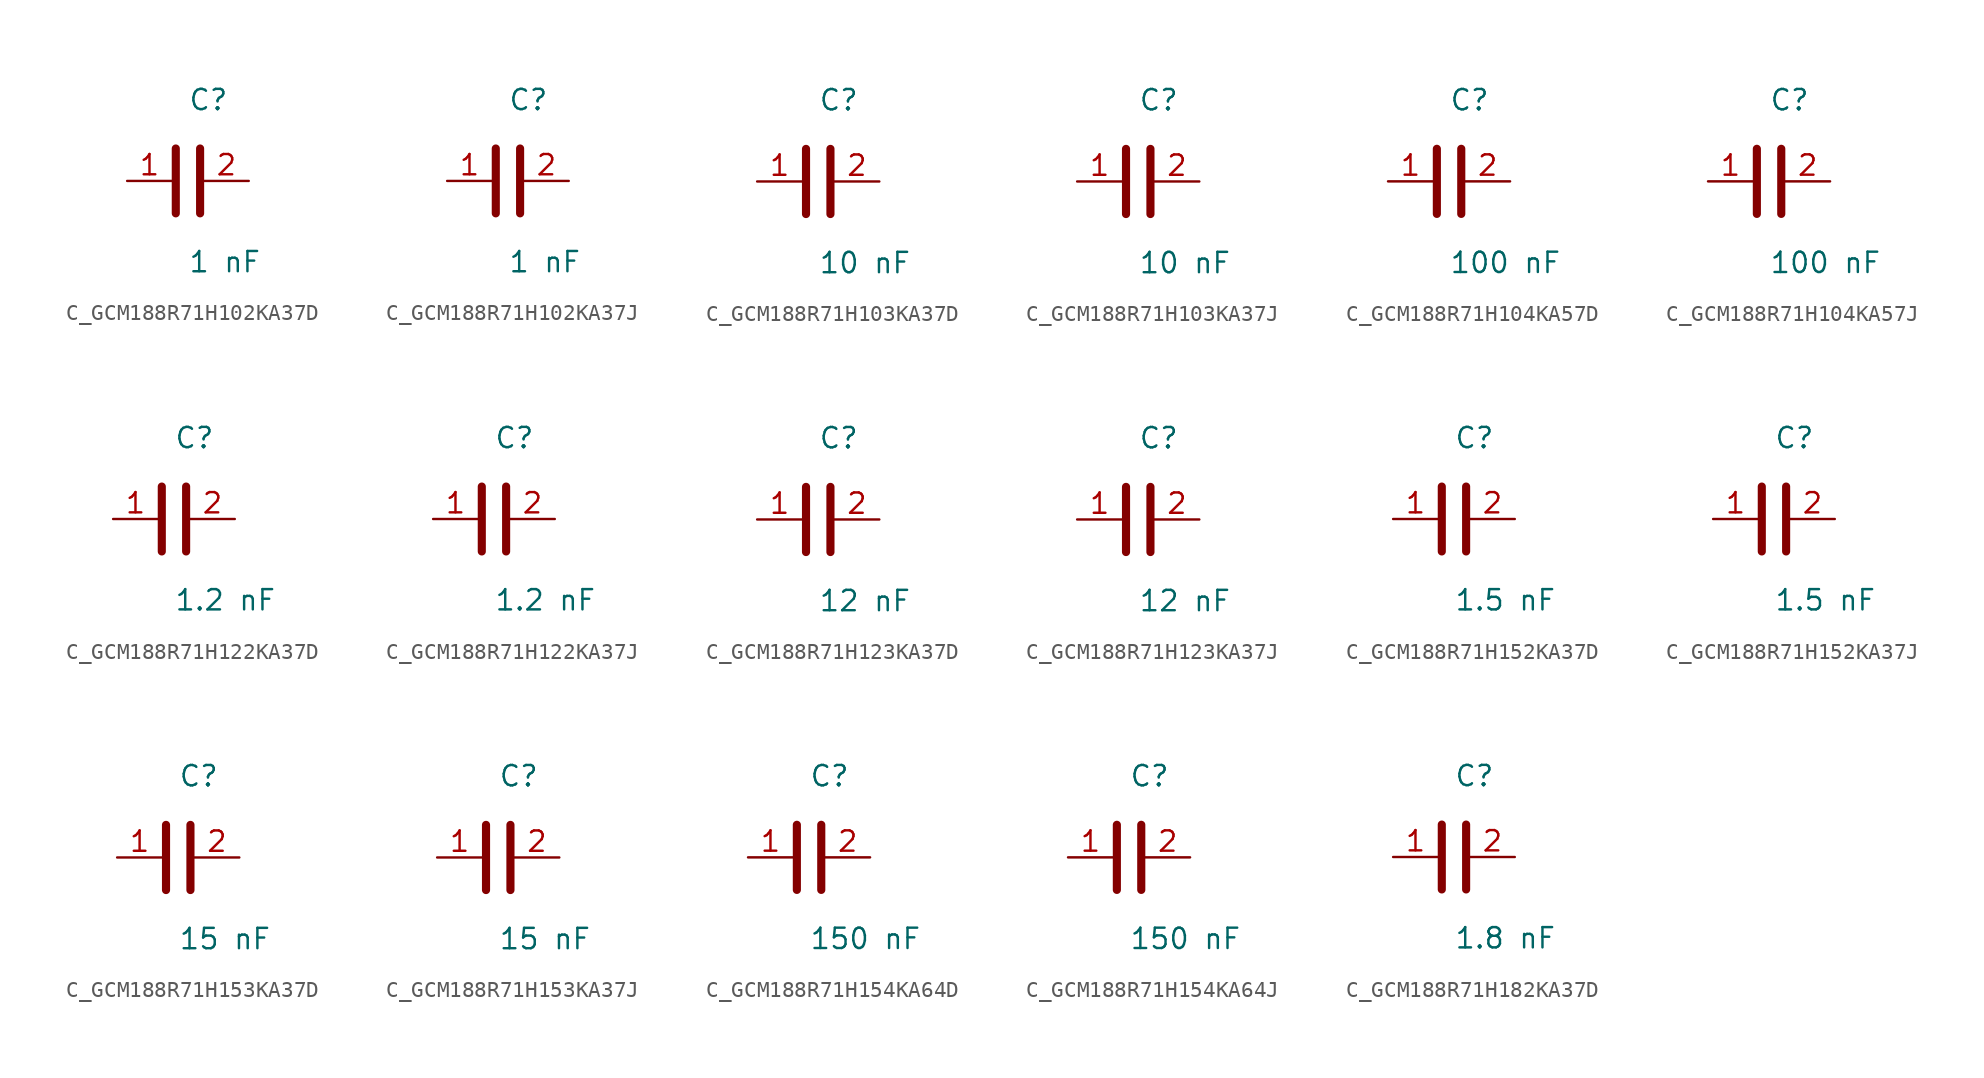
<source format=kicad_sym>
(kicad_symbol_lib
  (version 20231120)
  (generator kicad_symbol_editor)
  (generator_version 8.0)
  (symbol "C_GCM188R71H102KA37D"
    (pin_names
      (offset 0.254))
    (property "Value" "1 nF"
      (at 0 -5.08 0)
      (effects (font (size 1.27 1.27)) (justify left)))
    (property "Reference" "C"
      (at 0 5.08 0)
      (effects (font (size 1.27 1.27)) (justify left)))
    (symbol "C_GCM188R71H102KA37D_0_1"
      (polyline (pts (xy -0.762 -2.032) (xy -0.762 2.032)) (stroke (width 0.508) (type default)) (fill (type none)))
      (polyline (pts (xy 0.762 -2.032) (xy 0.762 2.032)) (stroke (width 0.508) (type default)) (fill (type none))))
    (pin unspecified line
      (at -3.81 0 0)
      (length 2.8)
      (name "" (effects (font (size 1.27 1.27))))
      (number "1" (effects (font (size 1.27 1.27)))))
    (pin unspecified line
      (at 3.81 0 180)
      (length 2.8)
      (name "" (effects (font (size 1.27 1.27))))
      (number "2" (effects (font (size 1.27 1.27))))))
  (symbol "C_GCM188R71H102KA37J"
    (pin_names
      (offset 0.254))
    (property "Value" "1 nF"
      (at 0 -5.08 0)
      (effects (font (size 1.27 1.27)) (justify left)))
    (property "Reference" "C"
      (at 0 5.08 0)
      (effects (font (size 1.27 1.27)) (justify left)))
    (symbol "C_GCM188R71H102KA37J_0_1"
      (polyline (pts (xy -0.762 -2.032) (xy -0.762 2.032)) (stroke (width 0.508) (type default)) (fill (type none)))
      (polyline (pts (xy 0.762 -2.032) (xy 0.762 2.032)) (stroke (width 0.508) (type default)) (fill (type none))))
    (pin unspecified line
      (at -3.81 0 0)
      (length 2.8)
      (name "" (effects (font (size 1.27 1.27))))
      (number "1" (effects (font (size 1.27 1.27)))))
    (pin unspecified line
      (at 3.81 0 180)
      (length 2.8)
      (name "" (effects (font (size 1.27 1.27))))
      (number "2" (effects (font (size 1.27 1.27))))))
  (symbol "C_GCM188R71H103KA37D"
    (pin_names
      (offset 0.254))
    (property "Value" "10 nF"
      (at 0 -5.08 0)
      (effects (font (size 1.27 1.27)) (justify left)))
    (property "Reference" "C"
      (at 0 5.08 0)
      (effects (font (size 1.27 1.27)) (justify left)))
    (symbol "C_GCM188R71H103KA37D_0_1"
      (polyline (pts (xy -0.762 -2.032) (xy -0.762 2.032)) (stroke (width 0.508) (type default)) (fill (type none)))
      (polyline (pts (xy 0.762 -2.032) (xy 0.762 2.032)) (stroke (width 0.508) (type default)) (fill (type none))))
    (pin unspecified line
      (at -3.81 0 0)
      (length 2.8)
      (name "" (effects (font (size 1.27 1.27))))
      (number "1" (effects (font (size 1.27 1.27)))))
    (pin unspecified line
      (at 3.81 0 180)
      (length 2.8)
      (name "" (effects (font (size 1.27 1.27))))
      (number "2" (effects (font (size 1.27 1.27))))))
  (symbol "C_GCM188R71H103KA37J"
    (pin_names
      (offset 0.254))
    (property "Value" "10 nF"
      (at 0 -5.08 0)
      (effects (font (size 1.27 1.27)) (justify left)))
    (property "Reference" "C"
      (at 0 5.08 0)
      (effects (font (size 1.27 1.27)) (justify left)))
    (symbol "C_GCM188R71H103KA37J_0_1"
      (polyline (pts (xy -0.762 -2.032) (xy -0.762 2.032)) (stroke (width 0.508) (type default)) (fill (type none)))
      (polyline (pts (xy 0.762 -2.032) (xy 0.762 2.032)) (stroke (width 0.508) (type default)) (fill (type none))))
    (pin unspecified line
      (at -3.81 0 0)
      (length 2.8)
      (name "" (effects (font (size 1.27 1.27))))
      (number "1" (effects (font (size 1.27 1.27)))))
    (pin unspecified line
      (at 3.81 0 180)
      (length 2.8)
      (name "" (effects (font (size 1.27 1.27))))
      (number "2" (effects (font (size 1.27 1.27))))))
  (symbol "C_GCM188R71H104KA57D"
    (pin_names
      (offset 0.254))
    (property "Value" "100 nF"
      (at 0 -5.08 0)
      (effects (font (size 1.27 1.27)) (justify left)))
    (property "Reference" "C"
      (at 0 5.08 0)
      (effects (font (size 1.27 1.27)) (justify left)))
    (symbol "C_GCM188R71H104KA57D_0_1"
      (polyline (pts (xy -0.762 -2.032) (xy -0.762 2.032)) (stroke (width 0.508) (type default)) (fill (type none)))
      (polyline (pts (xy 0.762 -2.032) (xy 0.762 2.032)) (stroke (width 0.508) (type default)) (fill (type none))))
    (pin unspecified line
      (at -3.81 0 0)
      (length 2.8)
      (name "" (effects (font (size 1.27 1.27))))
      (number "1" (effects (font (size 1.27 1.27)))))
    (pin unspecified line
      (at 3.81 0 180)
      (length 2.8)
      (name "" (effects (font (size 1.27 1.27))))
      (number "2" (effects (font (size 1.27 1.27))))))
  (symbol "C_GCM188R71H104KA57J"
    (pin_names
      (offset 0.254))
    (property "Value" "100 nF"
      (at 0 -5.08 0)
      (effects (font (size 1.27 1.27)) (justify left)))
    (property "Reference" "C"
      (at 0 5.08 0)
      (effects (font (size 1.27 1.27)) (justify left)))
    (symbol "C_GCM188R71H104KA57J_0_1"
      (polyline (pts (xy -0.762 -2.032) (xy -0.762 2.032)) (stroke (width 0.508) (type default)) (fill (type none)))
      (polyline (pts (xy 0.762 -2.032) (xy 0.762 2.032)) (stroke (width 0.508) (type default)) (fill (type none))))
    (pin unspecified line
      (at -3.81 0 0)
      (length 2.8)
      (name "" (effects (font (size 1.27 1.27))))
      (number "1" (effects (font (size 1.27 1.27)))))
    (pin unspecified line
      (at 3.81 0 180)
      (length 2.8)
      (name "" (effects (font (size 1.27 1.27))))
      (number "2" (effects (font (size 1.27 1.27))))))
  (symbol "C_GCM188R71H122KA37D"
    (pin_names
      (offset 0.254))
    (property "Value" "1.2 nF"
      (at 0 -5.08 0)
      (effects (font (size 1.27 1.27)) (justify left)))
    (property "Reference" "C"
      (at 0 5.08 0)
      (effects (font (size 1.27 1.27)) (justify left)))
    (symbol "C_GCM188R71H122KA37D_0_1"
      (polyline (pts (xy -0.762 -2.032) (xy -0.762 2.032)) (stroke (width 0.508) (type default)) (fill (type none)))
      (polyline (pts (xy 0.762 -2.032) (xy 0.762 2.032)) (stroke (width 0.508) (type default)) (fill (type none))))
    (pin unspecified line
      (at -3.81 0 0)
      (length 2.8)
      (name "" (effects (font (size 1.27 1.27))))
      (number "1" (effects (font (size 1.27 1.27)))))
    (pin unspecified line
      (at 3.81 0 180)
      (length 2.8)
      (name "" (effects (font (size 1.27 1.27))))
      (number "2" (effects (font (size 1.27 1.27))))))
  (symbol "C_GCM188R71H122KA37J"
    (pin_names
      (offset 0.254))
    (property "Value" "1.2 nF"
      (at 0 -5.08 0)
      (effects (font (size 1.27 1.27)) (justify left)))
    (property "Reference" "C"
      (at 0 5.08 0)
      (effects (font (size 1.27 1.27)) (justify left)))
    (symbol "C_GCM188R71H122KA37J_0_1"
      (polyline (pts (xy -0.762 -2.032) (xy -0.762 2.032)) (stroke (width 0.508) (type default)) (fill (type none)))
      (polyline (pts (xy 0.762 -2.032) (xy 0.762 2.032)) (stroke (width 0.508) (type default)) (fill (type none))))
    (pin unspecified line
      (at -3.81 0 0)
      (length 2.8)
      (name "" (effects (font (size 1.27 1.27))))
      (number "1" (effects (font (size 1.27 1.27)))))
    (pin unspecified line
      (at 3.81 0 180)
      (length 2.8)
      (name "" (effects (font (size 1.27 1.27))))
      (number "2" (effects (font (size 1.27 1.27))))))
  (symbol "C_GCM188R71H123KA37D"
    (pin_names
      (offset 0.254))
    (property "Value" "12 nF"
      (at 0 -5.08 0)
      (effects (font (size 1.27 1.27)) (justify left)))
    (property "Reference" "C"
      (at 0 5.08 0)
      (effects (font (size 1.27 1.27)) (justify left)))
    (symbol "C_GCM188R71H123KA37D_0_1"
      (polyline (pts (xy -0.762 -2.032) (xy -0.762 2.032)) (stroke (width 0.508) (type default)) (fill (type none)))
      (polyline (pts (xy 0.762 -2.032) (xy 0.762 2.032)) (stroke (width 0.508) (type default)) (fill (type none))))
    (pin unspecified line
      (at -3.81 0 0)
      (length 2.8)
      (name "" (effects (font (size 1.27 1.27))))
      (number "1" (effects (font (size 1.27 1.27)))))
    (pin unspecified line
      (at 3.81 0 180)
      (length 2.8)
      (name "" (effects (font (size 1.27 1.27))))
      (number "2" (effects (font (size 1.27 1.27))))))
  (symbol "C_GCM188R71H123KA37J"
    (pin_names
      (offset 0.254))
    (property "Value" "12 nF"
      (at 0 -5.08 0)
      (effects (font (size 1.27 1.27)) (justify left)))
    (property "Reference" "C"
      (at 0 5.08 0)
      (effects (font (size 1.27 1.27)) (justify left)))
    (symbol "C_GCM188R71H123KA37J_0_1"
      (polyline (pts (xy -0.762 -2.032) (xy -0.762 2.032)) (stroke (width 0.508) (type default)) (fill (type none)))
      (polyline (pts (xy 0.762 -2.032) (xy 0.762 2.032)) (stroke (width 0.508) (type default)) (fill (type none))))
    (pin unspecified line
      (at -3.81 0 0)
      (length 2.8)
      (name "" (effects (font (size 1.27 1.27))))
      (number "1" (effects (font (size 1.27 1.27)))))
    (pin unspecified line
      (at 3.81 0 180)
      (length 2.8)
      (name "" (effects (font (size 1.27 1.27))))
      (number "2" (effects (font (size 1.27 1.27))))))
  (symbol "C_GCM188R71H152KA37D"
    (pin_names
      (offset 0.254))
    (property "Value" "1.5 nF"
      (at 0 -5.08 0)
      (effects (font (size 1.27 1.27)) (justify left)))
    (property "Reference" "C"
      (at 0 5.08 0)
      (effects (font (size 1.27 1.27)) (justify left)))
    (symbol "C_GCM188R71H152KA37D_0_1"
      (polyline (pts (xy -0.762 -2.032) (xy -0.762 2.032)) (stroke (width 0.508) (type default)) (fill (type none)))
      (polyline (pts (xy 0.762 -2.032) (xy 0.762 2.032)) (stroke (width 0.508) (type default)) (fill (type none))))
    (pin unspecified line
      (at -3.81 0 0)
      (length 2.8)
      (name "" (effects (font (size 1.27 1.27))))
      (number "1" (effects (font (size 1.27 1.27)))))
    (pin unspecified line
      (at 3.81 0 180)
      (length 2.8)
      (name "" (effects (font (size 1.27 1.27))))
      (number "2" (effects (font (size 1.27 1.27))))))
  (symbol "C_GCM188R71H152KA37J"
    (pin_names
      (offset 0.254))
    (property "Value" "1.5 nF"
      (at 0 -5.08 0)
      (effects (font (size 1.27 1.27)) (justify left)))
    (property "Reference" "C"
      (at 0 5.08 0)
      (effects (font (size 1.27 1.27)) (justify left)))
    (symbol "C_GCM188R71H152KA37J_0_1"
      (polyline (pts (xy -0.762 -2.032) (xy -0.762 2.032)) (stroke (width 0.508) (type default)) (fill (type none)))
      (polyline (pts (xy 0.762 -2.032) (xy 0.762 2.032)) (stroke (width 0.508) (type default)) (fill (type none))))
    (pin unspecified line
      (at -3.81 0 0)
      (length 2.8)
      (name "" (effects (font (size 1.27 1.27))))
      (number "1" (effects (font (size 1.27 1.27)))))
    (pin unspecified line
      (at 3.81 0 180)
      (length 2.8)
      (name "" (effects (font (size 1.27 1.27))))
      (number "2" (effects (font (size 1.27 1.27))))))
  (symbol "C_GCM188R71H153KA37D"
    (pin_names
      (offset 0.254))
    (property "Value" "15 nF"
      (at 0 -5.08 0)
      (effects (font (size 1.27 1.27)) (justify left)))
    (property "Reference" "C"
      (at 0 5.08 0)
      (effects (font (size 1.27 1.27)) (justify left)))
    (symbol "C_GCM188R71H153KA37D_0_1"
      (polyline (pts (xy -0.762 -2.032) (xy -0.762 2.032)) (stroke (width 0.508) (type default)) (fill (type none)))
      (polyline (pts (xy 0.762 -2.032) (xy 0.762 2.032)) (stroke (width 0.508) (type default)) (fill (type none))))
    (pin unspecified line
      (at -3.81 0 0)
      (length 2.8)
      (name "" (effects (font (size 1.27 1.27))))
      (number "1" (effects (font (size 1.27 1.27)))))
    (pin unspecified line
      (at 3.81 0 180)
      (length 2.8)
      (name "" (effects (font (size 1.27 1.27))))
      (number "2" (effects (font (size 1.27 1.27))))))
  (symbol "C_GCM188R71H153KA37J"
    (pin_names
      (offset 0.254))
    (property "Value" "15 nF"
      (at 0 -5.08 0)
      (effects (font (size 1.27 1.27)) (justify left)))
    (property "Reference" "C"
      (at 0 5.08 0)
      (effects (font (size 1.27 1.27)) (justify left)))
    (symbol "C_GCM188R71H153KA37J_0_1"
      (polyline (pts (xy -0.762 -2.032) (xy -0.762 2.032)) (stroke (width 0.508) (type default)) (fill (type none)))
      (polyline (pts (xy 0.762 -2.032) (xy 0.762 2.032)) (stroke (width 0.508) (type default)) (fill (type none))))
    (pin unspecified line
      (at -3.81 0 0)
      (length 2.8)
      (name "" (effects (font (size 1.27 1.27))))
      (number "1" (effects (font (size 1.27 1.27)))))
    (pin unspecified line
      (at 3.81 0 180)
      (length 2.8)
      (name "" (effects (font (size 1.27 1.27))))
      (number "2" (effects (font (size 1.27 1.27))))))
  (symbol "C_GCM188R71H154KA64D"
    (pin_names
      (offset 0.254))
    (property "Value" "150 nF"
      (at 0 -5.08 0)
      (effects (font (size 1.27 1.27)) (justify left)))
    (property "Reference" "C"
      (at 0 5.08 0)
      (effects (font (size 1.27 1.27)) (justify left)))
    (symbol "C_GCM188R71H154KA64D_0_1"
      (polyline (pts (xy -0.762 -2.032) (xy -0.762 2.032)) (stroke (width 0.508) (type default)) (fill (type none)))
      (polyline (pts (xy 0.762 -2.032) (xy 0.762 2.032)) (stroke (width 0.508) (type default)) (fill (type none))))
    (pin unspecified line
      (at -3.81 0 0)
      (length 2.8)
      (name "" (effects (font (size 1.27 1.27))))
      (number "1" (effects (font (size 1.27 1.27)))))
    (pin unspecified line
      (at 3.81 0 180)
      (length 2.8)
      (name "" (effects (font (size 1.27 1.27))))
      (number "2" (effects (font (size 1.27 1.27))))))
  (symbol "C_GCM188R71H154KA64J"
    (pin_names
      (offset 0.254))
    (property "Value" "150 nF"
      (at 0 -5.08 0)
      (effects (font (size 1.27 1.27)) (justify left)))
    (property "Reference" "C"
      (at 0 5.08 0)
      (effects (font (size 1.27 1.27)) (justify left)))
    (symbol "C_GCM188R71H154KA64J_0_1"
      (polyline (pts (xy -0.762 -2.032) (xy -0.762 2.032)) (stroke (width 0.508) (type default)) (fill (type none)))
      (polyline (pts (xy 0.762 -2.032) (xy 0.762 2.032)) (stroke (width 0.508) (type default)) (fill (type none))))
    (pin unspecified line
      (at -3.81 0 0)
      (length 2.8)
      (name "" (effects (font (size 1.27 1.27))))
      (number "1" (effects (font (size 1.27 1.27)))))
    (pin unspecified line
      (at 3.81 0 180)
      (length 2.8)
      (name "" (effects (font (size 1.27 1.27))))
      (number "2" (effects (font (size 1.27 1.27))))))
  (symbol "C_GCM188R71H182KA37D"
    (pin_names
      (offset 0.254))
    (property "Value" "1.8 nF"
      (at 0 -5.08 0)
      (effects (font (size 1.27 1.27)) (justify left)))
    (property "Reference" "C"
      (at 0 5.08 0)
      (effects (font (size 1.27 1.27)) (justify left)))
    (symbol "C_GCM188R71H182KA37D_0_1"
      (polyline (pts (xy -0.762 -2.032) (xy -0.762 2.032)) (stroke (width 0.508) (type default)) (fill (type none)))
      (polyline (pts (xy 0.762 -2.032) (xy 0.762 2.032)) (stroke (width 0.508) (type default)) (fill (type none))))
    (pin unspecified line
      (at -3.81 0 0)
      (length 2.8)
      (name "" (effects (font (size 1.27 1.27))))
      (number "1" (effects (font (size 1.27 1.27)))))
    (pin unspecified line
      (at 3.81 0 180)
      (length 2.8)
      (name "" (effects (font (size 1.27 1.27))))
      (number "2" (effects (font (size 1.27 1.27)))))))
</source>
